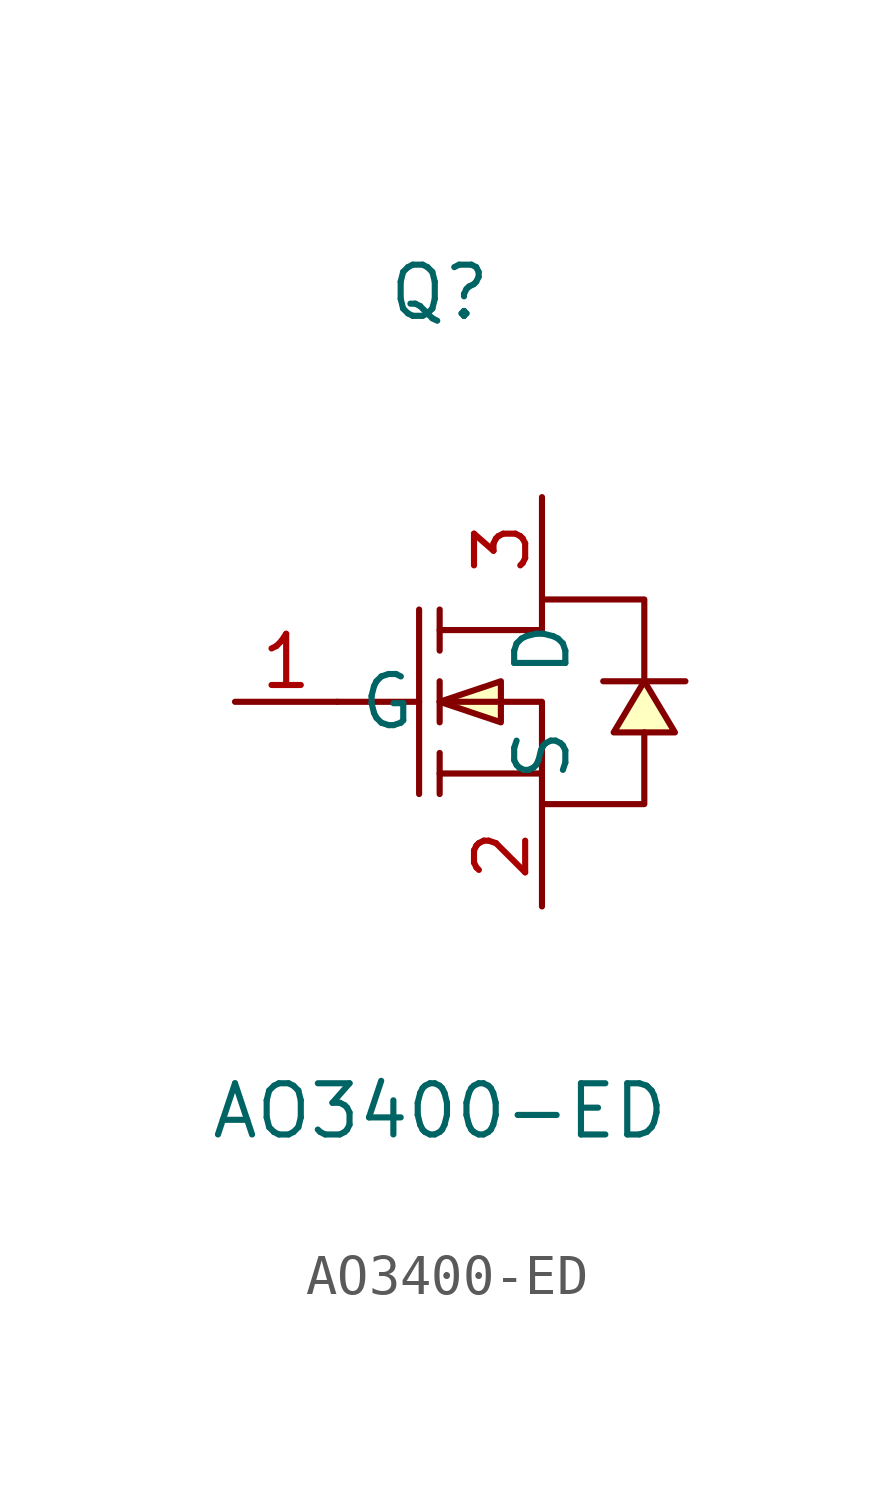
<source format=kicad_sym>
(kicad_symbol_lib
  (version 20211014)
  (generator https://github.com/uPesy/easyeda2kicad.py)
  (symbol "AO3400-ED"
    (property "Reference" "Q"
      (at 0 10.16 0)
      (effects (font (size 1.27 1.27))))
    (property "Value" "AO3400-ED"
      (at 0 -10.16 0)
      (effects (font (size 1.27 1.27))))
    (symbol "AO3400-ED_0_1"
      (polyline (pts (xy 6.10 0.51) (xy 5.59 0.51) (xy 4.57 0.51) (xy 4.06 0.51)) (stroke (width 0) (type default) (color 0 0 0 0)) (fill (type none)))
      (polyline (pts (xy -2.54 -0.00) (xy -0.51 -0.00)) (stroke (width 0) (type default) (color 0 0 0 0)) (fill (type none)))
      (polyline (pts (xy 0.00 -2.29) (xy 0.00 -1.27)) (stroke (width 0) (type default) (color 0 0 0 0)) (fill (type none)))
      (polyline (pts (xy 0.00 -0.51) (xy 0.00 0.51)) (stroke (width 0) (type default) (color 0 0 0 0)) (fill (type none)))
      (polyline (pts (xy 0.00 2.29) (xy 0.00 1.27)) (stroke (width 0) (type default) (color 0 0 0 0)) (fill (type none)))
      (polyline (pts (xy -0.51 2.29) (xy -0.51 -2.29)) (stroke (width 0) (type default) (color 0 0 0 0)) (fill (type none)))
      (polyline (pts (xy 2.54 -1.78) (xy 0.00 -1.78)) (stroke (width 0) (type default) (color 0 0 0 0)) (fill (type none)))
      (polyline (pts (xy 0.00 -0.00) (xy 2.54 -0.00) (xy 2.54 -2.54) (xy 5.08 -2.54) (xy 5.08 -0.76)) (stroke (width 0) (type default) (color 0 0 0 0)) (fill (type none)))
      (polyline (pts (xy 0.00 1.78) (xy 2.54 1.78) (xy 2.54 2.54) (xy 5.08 2.54) (xy 5.08 0.51)) (stroke (width 0) (type default) (color 0 0 0 0)) (fill (type none)))
      (polyline (pts (xy 5.08 0.51) (xy 4.32 -0.76) (xy 5.84 -0.76) (xy 5.08 0.51)) (stroke (width 0) (type default) (color 0 0 0 0)) (fill (type background)))
      (polyline (pts (xy 0.00 -0.00) (xy 1.52 0.51) (xy 1.52 -0.51) (xy 0.00 -0.00)) (stroke (width 0) (type default) (color 0 0 0 0)) (fill (type background)))
      (pin unspecified line (at 2.54 -5.08 90) (length 2.54) (name "S" (effects (font (size 1.27 1.27)))) (number "2" (effects (font (size 1.27 1.27)))))
      (pin unspecified line (at -5.08 -0.00 0) (length 2.54) (name "G" (effects (font (size 1.27 1.27)))) (number "1" (effects (font (size 1.27 1.27)))))
      (pin unspecified line (at 2.54 5.08 270) (length 2.54) (name "D" (effects (font (size 1.27 1.27)))) (number "3" (effects (font (size 1.27 1.27))))))))
</source>
